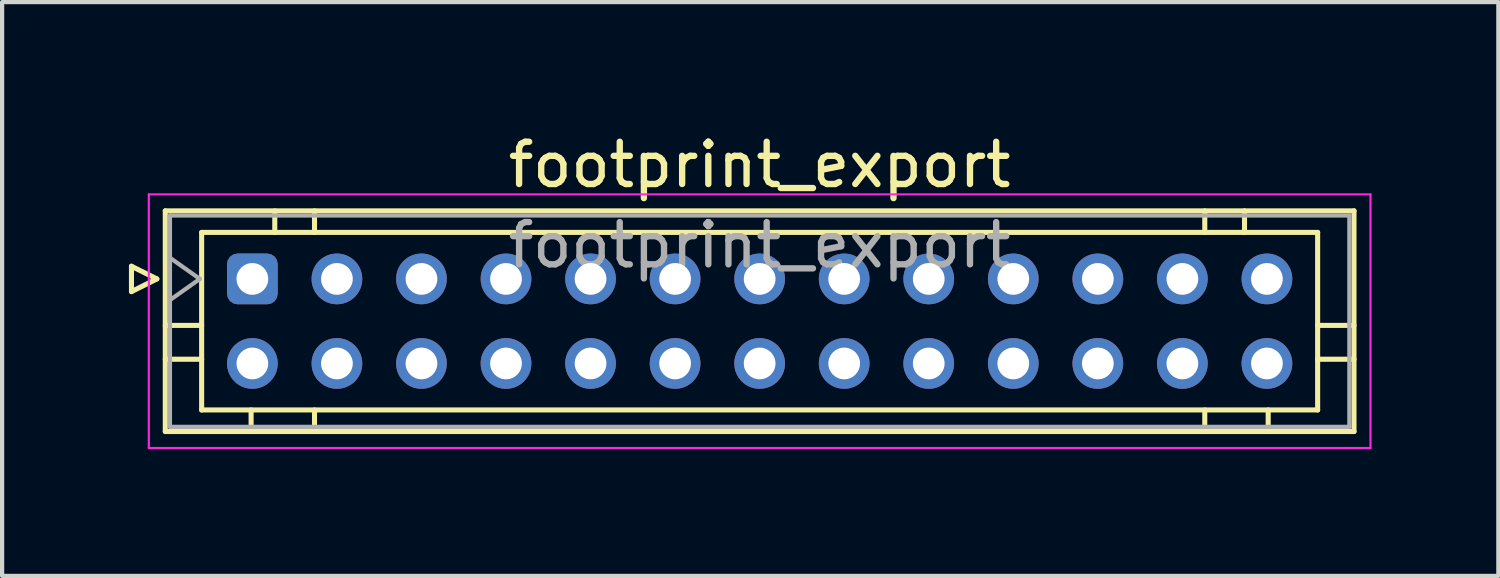
<source format=kicad_pcb>
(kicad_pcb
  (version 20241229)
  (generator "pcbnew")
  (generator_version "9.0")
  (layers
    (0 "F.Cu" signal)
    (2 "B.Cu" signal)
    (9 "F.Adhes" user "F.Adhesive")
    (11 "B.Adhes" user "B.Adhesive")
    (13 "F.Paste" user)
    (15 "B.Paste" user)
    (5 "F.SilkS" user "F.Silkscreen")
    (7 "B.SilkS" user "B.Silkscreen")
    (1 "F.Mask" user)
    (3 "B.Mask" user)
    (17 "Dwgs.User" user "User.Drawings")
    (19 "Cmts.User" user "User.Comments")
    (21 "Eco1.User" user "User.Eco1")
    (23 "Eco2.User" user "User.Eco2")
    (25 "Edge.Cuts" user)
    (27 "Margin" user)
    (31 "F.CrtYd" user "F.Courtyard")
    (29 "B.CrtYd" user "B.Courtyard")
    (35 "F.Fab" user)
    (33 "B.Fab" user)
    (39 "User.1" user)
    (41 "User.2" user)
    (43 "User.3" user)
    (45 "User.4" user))
  (footprint "footprint_export"
    (layer "F.Cu")
    (at 2.92 3.548)
    (property "Reference" "footprint_export" (at 12 -2.7 0) (layer "F.SilkS") (effects (font (size 1 1) (thickness 0.15))))
    (attr through_hole)
    (fp_line (start -2.86 -0.3) (end -2.26 0) (stroke (width 0.12) (type solid)) (layer "F.SilkS"))
    (fp_line (start -2.86 0.3) (end -2.86 -0.3) (stroke (width 0.12) (type solid)) (layer "F.SilkS"))
    (fp_line (start -2.26 0) (end -2.86 0.3) (stroke (width 0.12) (type solid)) (layer "F.SilkS"))
    (fp_line (start -2.06 -1.61) (end -2.06 3.61) (stroke (width 0.12) (type solid)) (layer "F.SilkS"))
    (fp_line (start -2.06 1.1) (end -1.2 1.1) (stroke (width 0.12) (type solid)) (layer "F.SilkS"))
    (fp_line (start -2.06 1.9) (end -1.2 1.9) (stroke (width 0.12) (type solid)) (layer "F.SilkS"))
    (fp_line (start -2.06 3.61) (end 26.06 3.61) (stroke (width 0.12) (type solid)) (layer "F.SilkS"))
    (fp_line (start -1.2 -1.1) (end -1.2 3.1) (stroke (width 0.12) (type solid)) (layer "F.SilkS"))
    (fp_line (start -1.2 3.1) (end 25.2 3.1) (stroke (width 0.12) (type solid)) (layer "F.SilkS"))
    (fp_line (start -0.03 3.61) (end -0.03 3.1) (stroke (width 0.12) (type solid)) (layer "F.SilkS"))
    (fp_line (start 0.53 -1.61) (end 0.53 -1.1) (stroke (width 0.12) (type solid)) (layer "F.SilkS"))
    (fp_line (start 1.47 -1.61) (end 1.47 -1.1) (stroke (width 0.12) (type solid)) (layer "F.SilkS"))
    (fp_line (start 1.47 3.61) (end 1.47 3.1) (stroke (width 0.12) (type solid)) (layer "F.SilkS"))
    (fp_line (start 22.53 -1.61) (end 22.53 -1.1) (stroke (width 0.12) (type solid)) (layer "F.SilkS"))
    (fp_line (start 22.53 3.61) (end 22.53 3.1) (stroke (width 0.12) (type solid)) (layer "F.SilkS"))
    (fp_line (start 23.47 -1.61) (end 23.47 -1.1) (stroke (width 0.12) (type solid)) (layer "F.SilkS"))
    (fp_line (start 24.03 3.61) (end 24.03 3.1) (stroke (width 0.12) (type solid)) (layer "F.SilkS"))
    (fp_line (start 25.2 -1.1) (end -1.2 -1.1) (stroke (width 0.12) (type solid)) (layer "F.SilkS"))
    (fp_line (start 25.2 3.1) (end 25.2 -1.1) (stroke (width 0.12) (type solid)) (layer "F.SilkS"))
    (fp_line (start 26.06 -1.61) (end -2.06 -1.61) (stroke (width 0.12) (type solid)) (layer "F.SilkS"))
    (fp_line (start 26.06 1.1) (end 25.2 1.1) (stroke (width 0.12) (type solid)) (layer "F.SilkS"))
    (fp_line (start 26.06 1.9) (end 25.2 1.9) (stroke (width 0.12) (type solid)) (layer "F.SilkS"))
    (fp_line (start 26.06 3.61) (end 26.06 -1.61) (stroke (width 0.12) (type solid)) (layer "F.SilkS"))
    (fp_line (start -2.45 -2) (end -2.45 4) (stroke (width 0.05) (type solid)) (layer "F.CrtYd"))
    (fp_line (start -2.45 4) (end 26.45 4) (stroke (width 0.05) (type solid)) (layer "F.CrtYd"))
    (fp_line (start 26.45 -2) (end -2.45 -2) (stroke (width 0.05) (type solid)) (layer "F.CrtYd"))
    (fp_line (start 26.45 4) (end 26.45 -2) (stroke (width 0.05) (type solid)) (layer "F.CrtYd"))
    (fp_line (start -1.95 -1.5) (end -1.95 3.5) (stroke (width 0.1) (type solid)) (layer "F.Fab"))
    (fp_line (start -1.95 0.5) (end -1.243 0) (stroke (width 0.1) (type solid)) (layer "F.Fab"))
    (fp_line (start -1.95 3.5) (end 25.95 3.5) (stroke (width 0.1) (type solid)) (layer "F.Fab"))
    (fp_line (start -1.243 0) (end -1.95 -0.5) (stroke (width 0.1) (type solid)) (layer "F.Fab"))
    (fp_line (start 25.95 -1.5) (end -1.95 -1.5) (stroke (width 0.1) (type solid)) (layer "F.Fab"))
    (fp_line (start 25.95 3.5) (end 25.95 -1.5) (stroke (width 0.1) (type solid)) (layer "F.Fab"))
    (fp_text user "${REFERENCE}" (at 12 -0.8 0) (layer "F.Fab") (effects (font (size 1 1) (thickness 0.15))))
    (pad "1" thru_hole roundrect (at 0 0) (size 1.2 1.2) (drill 0.75) (layers "*.Cu" "*.Mask") (roundrect_rratio 0.208))
    (pad "2" thru_hole circle (at 0 2) (size 1.2 1.2) (drill 0.75) (layers "*.Cu" "*.Mask"))
    (pad "3" thru_hole circle (at 2 0) (size 1.2 1.2) (drill 0.75) (layers "*.Cu" "*.Mask"))
    (pad "4" thru_hole circle (at 2 2) (size 1.2 1.2) (drill 0.75) (layers "*.Cu" "*.Mask"))
    (pad "5" thru_hole circle (at 4 0) (size 1.2 1.2) (drill 0.75) (layers "*.Cu" "*.Mask"))
    (pad "6" thru_hole circle (at 4 2) (size 1.2 1.2) (drill 0.75) (layers "*.Cu" "*.Mask"))
    (pad "7" thru_hole circle (at 6 0) (size 1.2 1.2) (drill 0.75) (layers "*.Cu" "*.Mask"))
    (pad "8" thru_hole circle (at 6 2) (size 1.2 1.2) (drill 0.75) (layers "*.Cu" "*.Mask"))
    (pad "9" thru_hole circle (at 8 0) (size 1.2 1.2) (drill 0.75) (layers "*.Cu" "*.Mask"))
    (pad "10" thru_hole circle (at 8 2) (size 1.2 1.2) (drill 0.75) (layers "*.Cu" "*.Mask"))
    (pad "11" thru_hole circle (at 10 0) (size 1.2 1.2) (drill 0.75) (layers "*.Cu" "*.Mask"))
    (pad "12" thru_hole circle (at 10 2) (size 1.2 1.2) (drill 0.75) (layers "*.Cu" "*.Mask"))
    (pad "13" thru_hole circle (at 12 0) (size 1.2 1.2) (drill 0.75) (layers "*.Cu" "*.Mask"))
    (pad "14" thru_hole circle (at 12 2) (size 1.2 1.2) (drill 0.75) (layers "*.Cu" "*.Mask"))
    (pad "15" thru_hole circle (at 14 0) (size 1.2 1.2) (drill 0.75) (layers "*.Cu" "*.Mask"))
    (pad "16" thru_hole circle (at 14 2) (size 1.2 1.2) (drill 0.75) (layers "*.Cu" "*.Mask"))
    (pad "17" thru_hole circle (at 16 0) (size 1.2 1.2) (drill 0.75) (layers "*.Cu" "*.Mask"))
    (pad "18" thru_hole circle (at 16 2) (size 1.2 1.2) (drill 0.75) (layers "*.Cu" "*.Mask"))
    (pad "19" thru_hole circle (at 18 0) (size 1.2 1.2) (drill 0.75) (layers "*.Cu" "*.Mask"))
    (pad "20" thru_hole circle (at 18 2) (size 1.2 1.2) (drill 0.75) (layers "*.Cu" "*.Mask"))
    (pad "21" thru_hole circle (at 20 0) (size 1.2 1.2) (drill 0.75) (layers "*.Cu" "*.Mask"))
    (pad "22" thru_hole circle (at 20 2) (size 1.2 1.2) (drill 0.75) (layers "*.Cu" "*.Mask"))
    (pad "23" thru_hole circle (at 22 0) (size 1.2 1.2) (drill 0.75) (layers "*.Cu" "*.Mask"))
    (pad "24" thru_hole circle (at 22 2) (size 1.2 1.2) (drill 0.75) (layers "*.Cu" "*.Mask"))
    (pad "25" thru_hole circle (at 24 0) (size 1.2 1.2) (drill 0.75) (layers "*.Cu" "*.Mask"))
    (pad "26" thru_hole circle (at 24 2) (size 1.2 1.2) (drill 0.75) (layers "*.Cu" "*.Mask")))
  (gr_rect
    (start -3 -3)
    (end 32.395 10.573)
    (stroke (width 0.1) (type default))
    (fill no)
    (layer "Edge.Cuts")))
</source>
